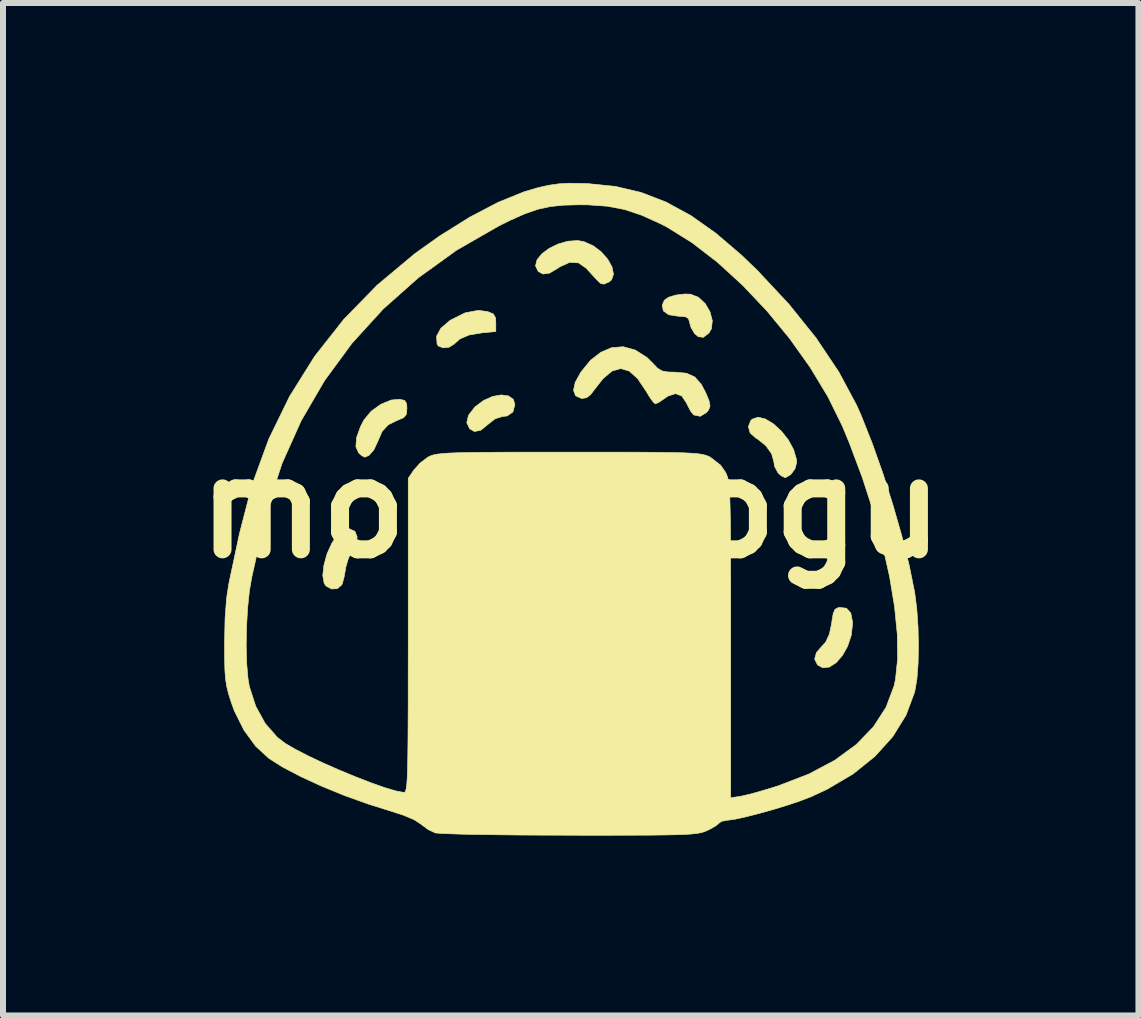
<source format=kicad_pcb>
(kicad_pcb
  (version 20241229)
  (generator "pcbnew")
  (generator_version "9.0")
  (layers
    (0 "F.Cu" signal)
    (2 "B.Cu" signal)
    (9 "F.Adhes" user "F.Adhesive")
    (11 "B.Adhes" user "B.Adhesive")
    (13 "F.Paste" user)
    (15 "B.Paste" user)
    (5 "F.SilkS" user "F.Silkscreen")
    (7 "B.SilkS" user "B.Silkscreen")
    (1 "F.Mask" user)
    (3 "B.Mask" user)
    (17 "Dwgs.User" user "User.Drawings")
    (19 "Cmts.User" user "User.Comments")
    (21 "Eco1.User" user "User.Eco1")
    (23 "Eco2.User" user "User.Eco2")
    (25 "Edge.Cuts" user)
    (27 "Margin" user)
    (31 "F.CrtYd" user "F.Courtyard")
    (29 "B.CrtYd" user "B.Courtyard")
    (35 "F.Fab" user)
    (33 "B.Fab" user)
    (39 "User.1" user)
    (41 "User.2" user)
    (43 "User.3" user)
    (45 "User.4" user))
  (footprint "mogumogu"
    (layer "F.Cu")
    (at 6.466 5.42)
    (property "Reference" "mogumogu" (at 0 0 0) (layer "F.SilkS") (effects (font (size 1.524 1.524) (thickness 0.3))))
    (attr through_hole)
    (fp_poly (pts (xy -1.036 -1.868) (xy -0.955 -1.809) (xy -0.931 -1.724) (xy -0.964 -1.601) (xy -1.059 -1.535) (xy -1.144 -1.524) (xy -1.26 -1.488) (xy -1.376 -1.397) (xy -1.5 -1.296) (xy -1.606 -1.275) (xy -1.685 -1.321) (xy -1.733 -1.422) (xy -1.705 -1.545) (xy -1.601 -1.68) (xy -1.595 -1.686) (xy -1.453 -1.793) (xy -1.302 -1.86) (xy -1.157 -1.885) (xy -1.036 -1.868)) (stroke (width 0.01) (type solid)) (fill yes) (layer "F.SilkS"))
    (fp_poly (pts (xy -1.383 -3.274) (xy -1.291 -3.236) (xy -1.254 -3.173) (xy -1.249 -3.089) (xy -1.249 -2.942) (xy -1.482 -2.92) (xy -1.696 -2.884) (xy -1.848 -2.819) (xy -1.945 -2.733) (xy -2.027 -2.681) (xy -2.126 -2.67) (xy -2.207 -2.701) (xy -2.228 -2.731) (xy -2.237 -2.863) (xy -2.165 -2.997) (xy -2.017 -3.124) (xy -2.002 -3.134) (xy -1.76 -3.254) (xy -1.54 -3.295) (xy -1.383 -3.274)) (stroke (width 0.01) (type solid)) (fill yes) (layer "F.SilkS"))
    (fp_poly (pts (xy -3.598 0.39) (xy -3.561 0.482) (xy -3.581 0.604) (xy -3.641 0.711) (xy -3.705 0.834) (xy -3.75 0.984) (xy -3.755 1.02) (xy -3.779 1.153) (xy -3.808 1.259) (xy -3.817 1.281) (xy -3.889 1.344) (xy -3.987 1.351) (xy -4.077 1.303) (xy -4.111 1.255) (xy -4.134 1.126) (xy -4.115 0.953) (xy -4.063 0.764) (xy -3.982 0.586) (xy -3.932 0.508) (xy -3.844 0.4) (xy -3.771 0.352) (xy -3.691 0.347) (xy -3.598 0.39)) (stroke (width 0.01) (type solid)) (fill yes) (layer "F.SilkS"))
    (fp_poly (pts (xy 4.598 1.671) (xy 4.67 1.752) (xy 4.699 1.903) (xy 4.699 1.933) (xy 4.677 2.125) (xy 4.617 2.305) (xy 4.53 2.46) (xy 4.425 2.58) (xy 4.312 2.652) (xy 4.203 2.665) (xy 4.115 2.616) (xy 4.067 2.518) (xy 4.098 2.409) (xy 4.153 2.346) (xy 4.252 2.235) (xy 4.313 2.104) (xy 4.351 1.923) (xy 4.355 1.887) (xy 4.377 1.757) (xy 4.408 1.689) (xy 4.461 1.661) (xy 4.479 1.658) (xy 4.598 1.671)) (stroke (width 0.01) (type solid)) (fill yes) (layer "F.SilkS"))
    (fp_poly (pts (xy 1.997 -3.565) (xy 2.13 -3.513) (xy 2.242 -3.408) (xy 2.322 -3.271) (xy 2.361 -3.124) (xy 2.346 -2.988) (xy 2.305 -2.918) (xy 2.212 -2.846) (xy 2.127 -2.856) (xy 2.064 -2.91) (xy 2.005 -3.012) (xy 1.983 -3.09) (xy 1.964 -3.157) (xy 1.914 -3.188) (xy 1.809 -3.197) (xy 1.786 -3.198) (xy 1.634 -3.222) (xy 1.545 -3.286) (xy 1.526 -3.381) (xy 1.561 -3.464) (xy 1.632 -3.514) (xy 1.756 -3.551) (xy 1.901 -3.568) (xy 1.997 -3.565)) (stroke (width 0.01) (type solid)) (fill yes) (layer "F.SilkS"))
    (fp_poly (pts (xy -2.767 -1.792) (xy -2.735 -1.736) (xy -2.731 -1.658) (xy -2.74 -1.562) (xy -2.785 -1.507) (xy -2.888 -1.462) (xy -2.892 -1.461) (xy -3.041 -1.388) (xy -3.143 -1.279) (xy -3.217 -1.111) (xy -3.221 -1.101) (xy -3.283 -0.969) (xy -3.363 -0.877) (xy -3.434 -0.847) (xy -3.485 -0.873) (xy -3.535 -0.917) (xy -3.582 -1.02) (xy -3.571 -1.172) (xy -3.505 -1.357) (xy -3.448 -1.467) (xy -3.328 -1.612) (xy -3.168 -1.728) (xy -2.993 -1.8) (xy -2.849 -1.813) (xy -2.767 -1.792)) (stroke (width 0.01) (type solid)) (fill yes) (layer "F.SilkS"))
    (fp_poly (pts (xy 3.248 -1.483) (xy 3.382 -1.401) (xy 3.513 -1.281) (xy 3.629 -1.134) (xy 3.716 -0.974) (xy 3.763 -0.814) (xy 3.767 -0.758) (xy 3.739 -0.653) (xy 3.67 -0.559) (xy 3.587 -0.51) (xy 3.57 -0.508) (xy 3.511 -0.536) (xy 3.457 -0.585) (xy 3.401 -0.689) (xy 3.387 -0.77) (xy 3.35 -0.904) (xy 3.253 -1.039) (xy 3.115 -1.15) (xy 3.087 -1.166) (xy 2.992 -1.25) (xy 2.962 -1.356) (xy 3.002 -1.457) (xy 3.026 -1.481) (xy 3.126 -1.514) (xy 3.248 -1.483)) (stroke (width 0.01) (type solid)) (fill yes) (layer "F.SilkS"))
    (fp_poly (pts (xy 0.22 -4.441) (xy 0.375 -4.372) (xy 0.511 -4.269) (xy 0.619 -4.145) (xy 0.689 -4.017) (xy 0.713 -3.898) (xy 0.681 -3.804) (xy 0.638 -3.769) (xy 0.554 -3.732) (xy 0.498 -3.744) (xy 0.434 -3.806) (xy 0.352 -3.895) (xy 0.26 -3.996) (xy 0.131 -4.087) (xy -0.016 -4.096) (xy -0.181 -4.022) (xy -0.212 -4) (xy -0.354 -3.916) (xy -0.463 -3.901) (xy -0.542 -3.945) (xy -0.587 -4.037) (xy -0.562 -4.137) (xy -0.482 -4.237) (xy -0.361 -4.328) (xy -0.212 -4.401) (xy -0.049 -4.448) (xy 0.115 -4.459) (xy 0.22 -4.441)) (stroke (width 0.01) (type solid)) (fill yes) (layer "F.SilkS"))
    (fp_poly (pts (xy 1.077 -2.633) (xy 1.269 -2.511) (xy 1.361 -2.421) (xy 1.447 -2.331) (xy 1.523 -2.285) (xy 1.624 -2.267) (xy 1.739 -2.265) (xy 1.93 -2.247) (xy 2.068 -2.185) (xy 2.176 -2.063) (xy 2.249 -1.926) (xy 2.306 -1.789) (xy 2.323 -1.7) (xy 2.299 -1.634) (xy 2.262 -1.591) (xy 2.16 -1.529) (xy 2.057 -1.55) (xy 2.047 -1.556) (xy 2.001 -1.613) (xy 1.947 -1.715) (xy 1.933 -1.746) (xy 1.853 -1.867) (xy 1.749 -1.907) (xy 1.621 -1.866) (xy 1.555 -1.82) (xy 1.47 -1.762) (xy 1.413 -1.736) (xy 1.411 -1.736) (xy 1.373 -1.77) (xy 1.311 -1.857) (xy 1.258 -1.945) (xy 1.117 -2.156) (xy 0.976 -2.283) (xy 0.833 -2.325) (xy 0.688 -2.283) (xy 0.538 -2.156) (xy 0.42 -2.006) (xy 0.333 -1.892) (xy 0.264 -1.838) (xy 0.189 -1.827) (xy 0.176 -1.828) (xy 0.081 -1.871) (xy 0.047 -1.962) (xy 0.075 -2.095) (xy 0.165 -2.258) (xy 0.166 -2.261) (xy 0.33 -2.463) (xy 0.503 -2.597) (xy 0.682 -2.673) (xy 0.875 -2.689) (xy 1.077 -2.633)) (stroke (width 0.01) (type solid)) (fill yes) (layer "F.SilkS"))
    (fp_poly (pts (xy 0.202 -5.411) (xy 0.293 -5.408) (xy 0.745 -5.362) (xy 1.174 -5.261) (xy 1.589 -5.101) (xy 2.001 -4.877) (xy 2.416 -4.584) (xy 2.845 -4.218) (xy 3.114 -3.959) (xy 3.639 -3.397) (xy 4.092 -2.833) (xy 4.469 -2.27) (xy 4.767 -1.714) (xy 4.846 -1.535) (xy 5.03 -1.071) (xy 5.208 -0.568) (xy 5.373 -0.049) (xy 5.52 0.464) (xy 5.642 0.949) (xy 5.73 1.383) (xy 5.736 1.413) (xy 5.77 1.682) (xy 5.791 1.983) (xy 5.798 2.294) (xy 5.792 2.592) (xy 5.772 2.854) (xy 5.737 3.057) (xy 5.735 3.067) (xy 5.591 3.454) (xy 5.369 3.813) (xy 5.073 4.141) (xy 4.707 4.435) (xy 4.273 4.691) (xy 4.003 4.816) (xy 3.83 4.882) (xy 3.617 4.954) (xy 3.382 5.026) (xy 3.146 5.092) (xy 2.927 5.148) (xy 2.746 5.188) (xy 2.62 5.206) (xy 2.603 5.207) (xy 2.513 5.225) (xy 2.474 5.254) (xy 2.42 5.299) (xy 2.318 5.357) (xy 2.27 5.38) (xy 2.226 5.398) (xy 2.176 5.413) (xy 2.111 5.425) (xy 2.025 5.435) (xy 1.909 5.443) (xy 1.757 5.448) (xy 1.561 5.452) (xy 1.313 5.455) (xy 1.006 5.456) (xy 0.632 5.457) (xy 0.185 5.457) (xy -0.021 5.456) (xy -0.441 5.455) (xy -0.837 5.453) (xy -1.202 5.449) (xy -1.528 5.444) (xy -1.804 5.439) (xy -2.023 5.432) (xy -2.177 5.425) (xy -2.255 5.418) (xy -2.26 5.417) (xy -2.378 5.361) (xy -2.491 5.277) (xy -2.494 5.274) (xy -2.608 5.199) (xy -2.793 5.121) (xy -2.985 5.059) (xy -3.377 4.936) (xy -3.773 4.794) (xy -4.154 4.638) (xy -4.504 4.477) (xy -4.805 4.319) (xy -5.032 4.175) (xy -5.253 3.972) (xy -5.449 3.703) (xy -5.608 3.384) (xy -5.66 3.241) (xy -5.704 3.102) (xy -5.735 2.979) (xy -5.755 2.854) (xy -5.766 2.706) (xy -5.771 2.514) (xy -5.772 2.293) (xy -5.411 2.293) (xy -5.403 2.59) (xy -5.381 2.843) (xy -5.359 2.975) (xy -5.252 3.306) (xy -5.093 3.594) (xy -4.891 3.825) (xy -4.757 3.927) (xy -4.586 4.026) (xy -4.369 4.138) (xy -4.12 4.255) (xy -3.854 4.372) (xy -3.585 4.483) (xy -3.33 4.582) (xy -3.103 4.662) (xy -2.919 4.717) (xy -2.793 4.741) (xy -2.778 4.741) (xy -2.764 4.736) (xy -2.752 4.715) (xy -2.742 4.673) (xy -2.733 4.604) (xy -2.726 4.501) (xy -2.721 4.358) (xy -2.717 4.17) (xy -2.714 3.93) (xy -2.712 3.631) (xy -2.71 3.269) (xy -2.71 2.837) (xy -2.709 2.328) (xy -2.709 2.123) (xy -2.709 -0.495) (xy -2.614 -0.635) (xy -2.509 -0.751) (xy -2.382 -0.847) (xy -2.371 -0.853) (xy -2.334 -0.87) (xy -2.289 -0.885) (xy -2.229 -0.897) (xy -2.147 -0.907) (xy -2.036 -0.915) (xy -1.887 -0.921) (xy -1.695 -0.925) (xy -1.452 -0.928) (xy -1.15 -0.93) (xy -0.782 -0.931) (xy -0.341 -0.931) (xy -0.031 -0.931) (xy 0.457 -0.931) (xy 0.868 -0.931) (xy 1.208 -0.93) (xy 1.486 -0.927) (xy 1.708 -0.924) (xy 1.882 -0.92) (xy 2.016 -0.913) (xy 2.116 -0.905) (xy 2.19 -0.894) (xy 2.246 -0.881) (xy 2.29 -0.865) (xy 2.329 -0.846) (xy 2.5 -0.713) (xy 2.582 -0.594) (xy 2.599 -0.557) (xy 2.614 -0.517) (xy 2.627 -0.466) (xy 2.637 -0.398) (xy 2.645 -0.306) (xy 2.652 -0.184) (xy 2.657 -0.026) (xy 2.661 0.177) (xy 2.664 0.429) (xy 2.665 0.739) (xy 2.666 1.111) (xy 2.667 1.554) (xy 2.667 2.073) (xy 2.667 2.203) (xy 2.667 4.833) (xy 2.847 4.804) (xy 2.963 4.778) (xy 3.133 4.732) (xy 3.331 4.673) (xy 3.47 4.629) (xy 3.97 4.436) (xy 4.402 4.207) (xy 4.761 3.944) (xy 5.048 3.648) (xy 5.258 3.322) (xy 5.391 2.968) (xy 5.415 2.859) (xy 5.451 2.512) (xy 5.445 2.104) (xy 5.399 1.644) (xy 5.316 1.142) (xy 5.196 0.608) (xy 5.044 0.053) (xy 4.86 -0.513) (xy 4.647 -1.081) (xy 4.529 -1.366) (xy 4.289 -1.854) (xy 3.993 -2.344) (xy 3.65 -2.826) (xy 3.271 -3.286) (xy 2.866 -3.714) (xy 2.447 -4.097) (xy 2.023 -4.424) (xy 1.605 -4.684) (xy 1.504 -4.736) (xy 1.187 -4.88) (xy 0.901 -4.976) (xy 0.615 -5.031) (xy 0.297 -5.054) (xy 0.148 -5.056) (xy -0.118 -5.049) (xy -0.343 -5.026) (xy -0.551 -4.98) (xy -0.767 -4.905) (xy -1.014 -4.795) (xy -1.204 -4.7) (xy -1.901 -4.3) (xy -2.543 -3.837) (xy -3.127 -3.318) (xy -3.649 -2.745) (xy -4.106 -2.122) (xy -4.495 -1.454) (xy -4.813 -0.744) (xy -5.058 0.004) (xy -5.163 0.445) (xy -5.209 0.663) (xy -5.258 0.886) (xy -5.301 1.078) (xy -5.316 1.143) (xy -5.357 1.378) (xy -5.387 1.663) (xy -5.405 1.976) (xy -5.411 2.293) (xy -5.772 2.293) (xy -5.772 2.26) (xy -5.772 2.244) (xy -5.763 1.836) (xy -5.738 1.505) (xy -5.702 1.27) (xy -5.666 1.097) (xy -5.618 0.873) (xy -5.566 0.628) (xy -5.524 0.43) (xy -5.314 -0.384) (xy -5.035 -1.148) (xy -4.687 -1.862) (xy -4.27 -2.528) (xy -3.784 -3.145) (xy -3.227 -3.716) (xy -2.6 -4.24) (xy -2.189 -4.533) (xy -1.685 -4.848) (xy -1.214 -5.095) (xy -0.781 -5.271) (xy -0.552 -5.339) (xy -0.367 -5.381) (xy -0.2 -5.405) (xy -0.02 -5.415) (xy 0.202 -5.411)) (stroke (width 0.01) (type solid)) (fill yes) (layer "F.SilkS")))
  (gr_rect
    (start -3 -3)
    (end 15.932 13.881)
    (stroke (width 0.1) (type default))
    (fill no)
    (layer "Edge.Cuts")))
</source>
